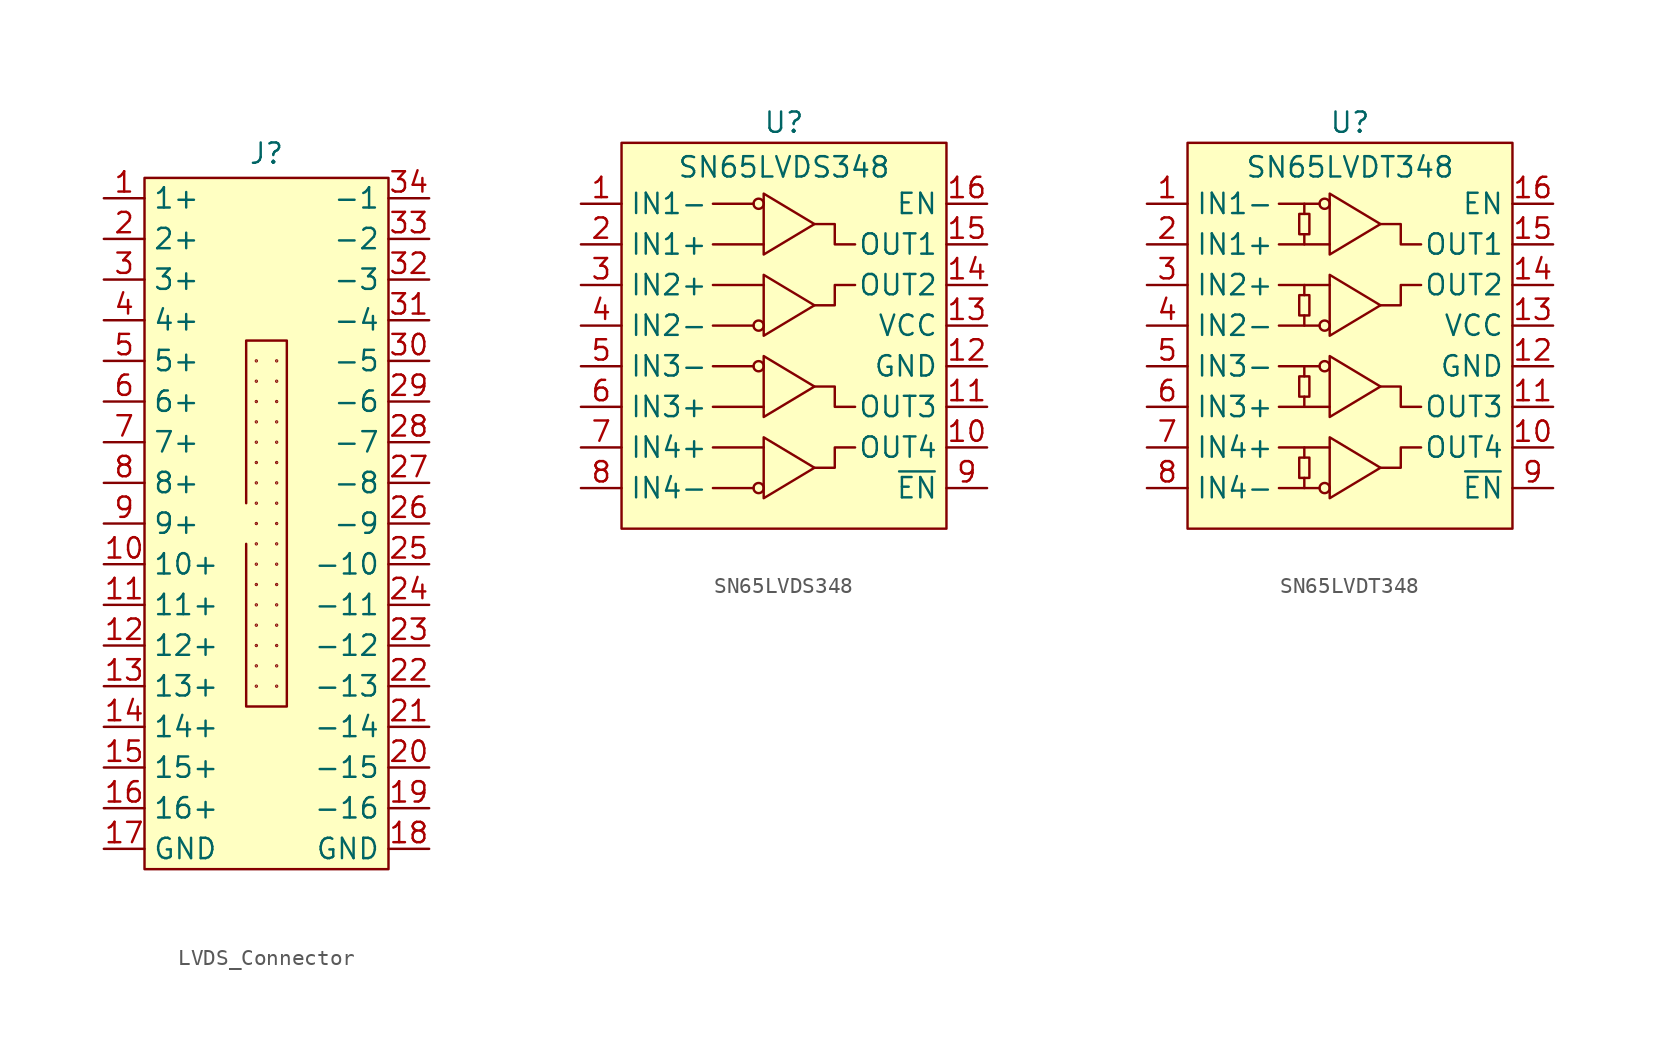
<source format=kicad_sym>
(kicad_symbol_lib
  (version 20241209)
  (generator "kicad_symbol_editor")
  (generator_version "9.0")
  (symbol "LVDS_Connector"
    (property "Reference" "J"
      (at 0 23.114 0)
      (effects (font (size 1.27 1.27))))
    (symbol "LVDS_Connector_1_1"
      (rectangle (start -7.62 21.59) (end 7.62 -21.59) (stroke (width 0) (type solid)) (fill (type background)))
      (polyline (pts (xy -1.27 -1.27) (xy -1.27 -11.43) (xy 1.27 -11.43) (xy 1.27 11.43) (xy -1.27 11.43) (xy -1.27 1.27)) (stroke (width 0) (type solid)) (fill (type background)))
      (circle (center -0.635 10.16) (radius 0.032) (stroke (width 0) (type default)) (fill (type outline)))
      (circle (center -0.635 8.89) (radius 0.032) (stroke (width 0) (type default)) (fill (type outline)))
      (circle (center -0.635 7.62) (radius 0.032) (stroke (width 0) (type default)) (fill (type outline)))
      (circle (center -0.635 6.35) (radius 0.032) (stroke (width 0) (type default)) (fill (type outline)))
      (circle (center -0.635 5.08) (radius 0.032) (stroke (width 0) (type default)) (fill (type outline)))
      (circle (center -0.635 3.81) (radius 0.032) (stroke (width 0) (type default)) (fill (type outline)))
      (circle (center -0.635 2.54) (radius 0.032) (stroke (width 0) (type default)) (fill (type outline)))
      (circle (center -0.635 1.27) (radius 0.032) (stroke (width 0) (type default)) (fill (type outline)))
      (circle (center -0.635 0) (radius 0.032) (stroke (width 0) (type default)) (fill (type outline)))
      (circle (center -0.635 -1.27) (radius 0.032) (stroke (width 0) (type default)) (fill (type outline)))
      (circle (center -0.635 -2.54) (radius 0.032) (stroke (width 0) (type default)) (fill (type outline)))
      (circle (center -0.635 -3.81) (radius 0.032) (stroke (width 0) (type default)) (fill (type outline)))
      (circle (center -0.635 -5.08) (radius 0.032) (stroke (width 0) (type default)) (fill (type outline)))
      (circle (center -0.635 -6.35) (radius 0.032) (stroke (width 0) (type default)) (fill (type outline)))
      (circle (center -0.635 -7.62) (radius 0.032) (stroke (width 0) (type default)) (fill (type outline)))
      (circle (center -0.635 -8.89) (radius 0.032) (stroke (width 0) (type default)) (fill (type outline)))
      (circle (center -0.635 -10.16) (radius 0.032) (stroke (width 0) (type default)) (fill (type outline)))
      (circle (center 0.635 10.16) (radius 0.032) (stroke (width 0) (type default)) (fill (type outline)))
      (circle (center 0.635 8.89) (radius 0.032) (stroke (width 0) (type default)) (fill (type outline)))
      (circle (center 0.635 7.62) (radius 0.032) (stroke (width 0) (type default)) (fill (type outline)))
      (circle (center 0.635 6.35) (radius 0.032) (stroke (width 0) (type default)) (fill (type outline)))
      (circle (center 0.635 5.08) (radius 0.032) (stroke (width 0) (type default)) (fill (type outline)))
      (circle (center 0.635 3.81) (radius 0.032) (stroke (width 0) (type default)) (fill (type outline)))
      (circle (center 0.635 2.54) (radius 0.032) (stroke (width 0) (type default)) (fill (type outline)))
      (circle (center 0.635 1.27) (radius 0.032) (stroke (width 0) (type default)) (fill (type outline)))
      (circle (center 0.635 0) (radius 0.032) (stroke (width 0) (type default)) (fill (type outline)))
      (circle (center 0.635 -1.27) (radius 0.032) (stroke (width 0) (type default)) (fill (type outline)))
      (circle (center 0.635 -2.54) (radius 0.032) (stroke (width 0) (type default)) (fill (type outline)))
      (circle (center 0.635 -3.81) (radius 0.032) (stroke (width 0) (type default)) (fill (type outline)))
      (circle (center 0.635 -5.08) (radius 0.032) (stroke (width 0) (type default)) (fill (type outline)))
      (circle (center 0.635 -6.35) (radius 0.032) (stroke (width 0) (type default)) (fill (type outline)))
      (circle (center 0.635 -7.62) (radius 0.032) (stroke (width 0) (type default)) (fill (type outline)))
      (circle (center 0.635 -8.89) (radius 0.032) (stroke (width 0) (type default)) (fill (type outline)))
      (circle (center 0.635 -10.16) (radius 0.032) (stroke (width 0) (type default)) (fill (type outline)))
      (pin output line (at -10.16 20.32 0) (length 2.54) (name "1+" (effects (font (size 1.27 1.27)))) (number "1" (effects (font (size 1.27 1.27)))))
      (pin output line (at -10.16 17.78 0) (length 2.54) (name "2+" (effects (font (size 1.27 1.27)))) (number "2" (effects (font (size 1.27 1.27)))))
      (pin output line (at -10.16 15.24 0) (length 2.54) (name "3+" (effects (font (size 1.27 1.27)))) (number "3" (effects (font (size 1.27 1.27)))))
      (pin output line (at -10.16 12.7 0) (length 2.54) (name "4+" (effects (font (size 1.27 1.27)))) (number "4" (effects (font (size 1.27 1.27)))))
      (pin output line (at -10.16 10.16 0) (length 2.54) (name "5+" (effects (font (size 1.27 1.27)))) (number "5" (effects (font (size 1.27 1.27)))))
      (pin output line (at -10.16 7.62 0) (length 2.54) (name "6+" (effects (font (size 1.27 1.27)))) (number "6" (effects (font (size 1.27 1.27)))))
      (pin output line (at -10.16 5.08 0) (length 2.54) (name "7+" (effects (font (size 1.27 1.27)))) (number "7" (effects (font (size 1.27 1.27)))))
      (pin output line (at -10.16 2.54 0) (length 2.54) (name "8+" (effects (font (size 1.27 1.27)))) (number "8" (effects (font (size 1.27 1.27)))))
      (pin output line (at -10.16 0 0) (length 2.54) (name "9+" (effects (font (size 1.27 1.27)))) (number "9" (effects (font (size 1.27 1.27)))))
      (pin output line (at -10.16 -2.54 0) (length 2.54) (name "10+" (effects (font (size 1.27 1.27)))) (number "10" (effects (font (size 1.27 1.27)))))
      (pin output line (at -10.16 -5.08 0) (length 2.54) (name "11+" (effects (font (size 1.27 1.27)))) (number "11" (effects (font (size 1.27 1.27)))))
      (pin output line (at -10.16 -7.62 0) (length 2.54) (name "12+" (effects (font (size 1.27 1.27)))) (number "12" (effects (font (size 1.27 1.27)))))
      (pin output line (at -10.16 -10.16 0) (length 2.54) (name "13+" (effects (font (size 1.27 1.27)))) (number "13" (effects (font (size 1.27 1.27)))))
      (pin output line (at -10.16 -12.7 0) (length 2.54) (name "14+" (effects (font (size 1.27 1.27)))) (number "14" (effects (font (size 1.27 1.27)))))
      (pin output line (at -10.16 -15.24 0) (length 2.54) (name "15+" (effects (font (size 1.27 1.27)))) (number "15" (effects (font (size 1.27 1.27)))))
      (pin output line (at -10.16 -17.78 0) (length 2.54) (name "16+" (effects (font (size 1.27 1.27)))) (number "16" (effects (font (size 1.27 1.27)))))
      (pin power_out line (at -10.16 -20.32 0) (length 2.54) (name "GND" (effects (font (size 1.27 1.27)))) (number "17" (effects (font (size 1.27 1.27)))))
      (pin output line (at 10.16 20.32 180) (length 2.54) (name "-1" (effects (font (size 1.27 1.27)))) (number "34" (effects (font (size 1.27 1.27)))))
      (pin output line (at 10.16 17.78 180) (length 2.54) (name "-2" (effects (font (size 1.27 1.27)))) (number "33" (effects (font (size 1.27 1.27)))))
      (pin output line (at 10.16 15.24 180) (length 2.54) (name "-3" (effects (font (size 1.27 1.27)))) (number "32" (effects (font (size 1.27 1.27)))))
      (pin output line (at 10.16 12.7 180) (length 2.54) (name "-4" (effects (font (size 1.27 1.27)))) (number "31" (effects (font (size 1.27 1.27)))))
      (pin output line (at 10.16 10.16 180) (length 2.54) (name "-5" (effects (font (size 1.27 1.27)))) (number "30" (effects (font (size 1.27 1.27)))))
      (pin output line (at 10.16 7.62 180) (length 2.54) (name "-6" (effects (font (size 1.27 1.27)))) (number "29" (effects (font (size 1.27 1.27)))))
      (pin output line (at 10.16 5.08 180) (length 2.54) (name "-7" (effects (font (size 1.27 1.27)))) (number "28" (effects (font (size 1.27 1.27)))))
      (pin output line (at 10.16 2.54 180) (length 2.54) (name "-8" (effects (font (size 1.27 1.27)))) (number "27" (effects (font (size 1.27 1.27)))))
      (pin output line (at 10.16 0 180) (length 2.54) (name "-9" (effects (font (size 1.27 1.27)))) (number "26" (effects (font (size 1.27 1.27)))))
      (pin output line (at 10.16 -2.54 180) (length 2.54) (name "-10" (effects (font (size 1.27 1.27)))) (number "25" (effects (font (size 1.27 1.27)))))
      (pin output line (at 10.16 -5.08 180) (length 2.54) (name "-11" (effects (font (size 1.27 1.27)))) (number "24" (effects (font (size 1.27 1.27)))))
      (pin output line (at 10.16 -7.62 180) (length 2.54) (name "-12" (effects (font (size 1.27 1.27)))) (number "23" (effects (font (size 1.27 1.27)))))
      (pin output line (at 10.16 -10.16 180) (length 2.54) (name "-13" (effects (font (size 1.27 1.27)))) (number "22" (effects (font (size 1.27 1.27)))))
      (pin output line (at 10.16 -12.7 180) (length 2.54) (name "-14" (effects (font (size 1.27 1.27)))) (number "21" (effects (font (size 1.27 1.27)))))
      (pin output line (at 10.16 -15.24 180) (length 2.54) (name "-15" (effects (font (size 1.27 1.27)))) (number "20" (effects (font (size 1.27 1.27)))))
      (pin output line (at 10.16 -17.78 180) (length 2.54) (name "-16" (effects (font (size 1.27 1.27)))) (number "19" (effects (font (size 1.27 1.27)))))
      (pin power_out line (at 10.16 -20.32 180) (length 2.54) (name "GND" (effects (font (size 1.27 1.27)))) (number "18" (effects (font (size 1.27 1.27)))))))
  (symbol "SN65LVDS348"
    (property "Reference" "U"
      (at 0 13.97 0)
      (effects (font (size 1.27 1.27))))
    (property "Value" "SN65LVDS348"
      (at 0 11.176 0)
      (effects (font (size 1.27 1.27))))
    (symbol "SN65LVDS348_1_1"
      (rectangle (start -10.16 12.7) (end 10.16 -11.43) (stroke (width 0) (type solid)) (fill (type background)))
      (polyline (pts (xy -4.445 8.89) (xy -1.905 8.89)) (stroke (width 0) (type default)) (fill (type none)))
      (polyline (pts (xy -4.445 6.35) (xy -1.27 6.35)) (stroke (width 0) (type default)) (fill (type none)))
      (polyline (pts (xy -4.445 3.81) (xy -1.27 3.81)) (stroke (width 0) (type default)) (fill (type none)))
      (polyline (pts (xy -4.445 1.27) (xy -1.905 1.27)) (stroke (width 0) (type default)) (fill (type none)))
      (polyline (pts (xy -4.445 -1.27) (xy -1.905 -1.27)) (stroke (width 0) (type default)) (fill (type none)))
      (polyline (pts (xy -4.445 -3.81) (xy -1.27 -3.81)) (stroke (width 0) (type default)) (fill (type none)))
      (polyline (pts (xy -4.445 -6.35) (xy -1.27 -6.35)) (stroke (width 0) (type default)) (fill (type none)))
      (polyline (pts (xy -4.445 -8.89) (xy -1.905 -8.89)) (stroke (width 0) (type default)) (fill (type none)))
      (circle (center -1.587 8.89) (radius 0.318) (stroke (width 0) (type default)) (fill (type none)))
      (circle (center -1.587 1.27) (radius 0.318) (stroke (width 0) (type default)) (fill (type none)))
      (circle (center -1.587 -1.27) (radius 0.318) (stroke (width 0) (type default)) (fill (type none)))
      (circle (center -1.587 -8.89) (radius 0.318) (stroke (width 0) (type default)) (fill (type none)))
      (polyline (pts (xy -1.27 5.715) (xy 1.905 7.62) (xy -1.27 9.525) (xy -1.27 5.715)) (stroke (width 0) (type solid)) (fill (type background)))
      (polyline (pts (xy -1.27 4.445) (xy 1.905 2.54) (xy -1.27 0.635) (xy -1.27 4.445)) (stroke (width 0) (type solid)) (fill (type background)))
      (polyline (pts (xy -1.27 -4.445) (xy 1.905 -2.54) (xy -1.27 -0.635) (xy -1.27 -4.445)) (stroke (width 0) (type solid)) (fill (type background)))
      (polyline (pts (xy -1.27 -5.715) (xy 1.905 -7.62) (xy -1.27 -9.525) (xy -1.27 -5.715)) (stroke (width 0) (type solid)) (fill (type background)))
      (polyline (pts (xy 1.905 7.62) (xy 3.175 7.62) (xy 3.175 6.35) (xy 4.445 6.35)) (stroke (width 0) (type default)) (fill (type none)))
      (polyline (pts (xy 1.905 2.54) (xy 3.175 2.54) (xy 3.175 3.81) (xy 4.445 3.81)) (stroke (width 0) (type default)) (fill (type none)))
      (polyline (pts (xy 1.905 -2.54) (xy 3.175 -2.54) (xy 3.175 -3.81) (xy 4.445 -3.81)) (stroke (width 0) (type default)) (fill (type none)))
      (polyline (pts (xy 1.905 -7.62) (xy 3.175 -7.62) (xy 3.175 -6.35) (xy 4.445 -6.35)) (stroke (width 0) (type default)) (fill (type none)))
      (pin input line (at -12.7 8.89 0) (length 2.54) (name "IN1-" (effects (font (size 1.27 1.27)))) (number "1" (effects (font (size 1.27 1.27)))))
      (pin input line (at -12.7 6.35 0) (length 2.54) (name "IN1+" (effects (font (size 1.27 1.27)))) (number "2" (effects (font (size 1.27 1.27)))))
      (pin input line (at -12.7 3.81 0) (length 2.54) (name "IN2+" (effects (font (size 1.27 1.27)))) (number "3" (effects (font (size 1.27 1.27)))))
      (pin input line (at -12.7 1.27 0) (length 2.54) (name "IN2-" (effects (font (size 1.27 1.27)))) (number "4" (effects (font (size 1.27 1.27)))))
      (pin input line (at -12.7 -1.27 0) (length 2.54) (name "IN3-" (effects (font (size 1.27 1.27)))) (number "5" (effects (font (size 1.27 1.27)))))
      (pin input line (at -12.7 -3.81 0) (length 2.54) (name "IN3+" (effects (font (size 1.27 1.27)))) (number "6" (effects (font (size 1.27 1.27)))))
      (pin input line (at -12.7 -6.35 0) (length 2.54) (name "IN4+" (effects (font (size 1.27 1.27)))) (number "7" (effects (font (size 1.27 1.27)))))
      (pin input line (at -12.7 -8.89 0) (length 2.54) (name "IN4-" (effects (font (size 1.27 1.27)))) (number "8" (effects (font (size 1.27 1.27)))))
      (pin input line (at 12.7 8.89 180) (length 2.54) (name "EN" (effects (font (size 1.27 1.27)))) (number "16" (effects (font (size 1.27 1.27)))))
      (pin output line (at 12.7 6.35 180) (length 2.54) (name "OUT1" (effects (font (size 1.27 1.27)))) (number "15" (effects (font (size 1.27 1.27)))))
      (pin output line (at 12.7 3.81 180) (length 2.54) (name "OUT2" (effects (font (size 1.27 1.27)))) (number "14" (effects (font (size 1.27 1.27)))))
      (pin power_in line (at 12.7 1.27 180) (length 2.54) (name "VCC" (effects (font (size 1.27 1.27)))) (number "13" (effects (font (size 1.27 1.27)))))
      (pin power_in line (at 12.7 -1.27 180) (length 2.54) (name "GND" (effects (font (size 1.27 1.27)))) (number "12" (effects (font (size 1.27 1.27)))))
      (pin output line (at 12.7 -3.81 180) (length 2.54) (name "OUT3" (effects (font (size 1.27 1.27)))) (number "11" (effects (font (size 1.27 1.27)))))
      (pin output line (at 12.7 -6.35 180) (length 2.54) (name "OUT4" (effects (font (size 1.27 1.27)))) (number "10" (effects (font (size 1.27 1.27)))))
      (pin input line (at 12.7 -8.89 180) (length 2.54) (name "~{EN}" (effects (font (size 1.27 1.27)))) (number "9" (effects (font (size 1.27 1.27)))))))
  (symbol "SN65LVDT348"
    (property "Reference" "U"
      (at 0 13.97 0)
      (effects (font (size 1.27 1.27))))
    (property "Value" "SN65LVDT348"
      (at 0 11.176 0)
      (effects (font (size 1.27 1.27))))
    (symbol "SN65LVDT348_0_1"
      (rectangle (start -3.175 8.255) (end -2.54 6.985) (stroke (width 0) (type default)) (fill (type none)))
      (rectangle (start -3.175 3.175) (end -2.54 1.905) (stroke (width 0) (type default)) (fill (type none)))
      (rectangle (start -3.175 -1.905) (end -2.54 -3.175) (stroke (width 0) (type default)) (fill (type none)))
      (rectangle (start -3.175 -6.985) (end -2.54 -8.255) (stroke (width 0) (type default)) (fill (type none)))
      (polyline (pts (xy -2.857 8.255) (xy -2.857 8.89)) (stroke (width 0) (type default)) (fill (type none)))
      (polyline (pts (xy -2.857 6.985) (xy -2.857 6.35)) (stroke (width 0) (type default)) (fill (type none)))
      (polyline (pts (xy -2.857 3.175) (xy -2.857 3.81)) (stroke (width 0) (type default)) (fill (type none)))
      (polyline (pts (xy -2.857 1.905) (xy -2.857 1.27)) (stroke (width 0) (type default)) (fill (type none)))
      (polyline (pts (xy -2.857 -1.905) (xy -2.857 -1.27)) (stroke (width 0) (type default)) (fill (type none)))
      (polyline (pts (xy -2.857 -3.175) (xy -2.857 -3.81)) (stroke (width 0) (type default)) (fill (type none)))
      (polyline (pts (xy -2.857 -6.985) (xy -2.857 -6.35)) (stroke (width 0) (type default)) (fill (type none)))
      (polyline (pts (xy -2.857 -8.255) (xy -2.857 -8.89)) (stroke (width 0) (type default)) (fill (type none))))
    (symbol "SN65LVDT348_1_1"
      (rectangle (start -10.16 12.7) (end 10.16 -11.43) (stroke (width 0) (type solid)) (fill (type background)))
      (polyline (pts (xy -4.445 8.89) (xy -1.905 8.89)) (stroke (width 0) (type default)) (fill (type none)))
      (polyline (pts (xy -4.445 6.35) (xy -1.27 6.35)) (stroke (width 0) (type default)) (fill (type none)))
      (polyline (pts (xy -4.445 3.81) (xy -1.27 3.81)) (stroke (width 0) (type default)) (fill (type none)))
      (polyline (pts (xy -4.445 1.27) (xy -1.905 1.27)) (stroke (width 0) (type default)) (fill (type none)))
      (polyline (pts (xy -4.445 -1.27) (xy -1.905 -1.27)) (stroke (width 0) (type default)) (fill (type none)))
      (polyline (pts (xy -4.445 -3.81) (xy -1.27 -3.81)) (stroke (width 0) (type default)) (fill (type none)))
      (polyline (pts (xy -4.445 -6.35) (xy -1.27 -6.35)) (stroke (width 0) (type default)) (fill (type none)))
      (polyline (pts (xy -4.445 -8.89) (xy -1.905 -8.89)) (stroke (width 0) (type default)) (fill (type none)))
      (circle (center -1.587 8.89) (radius 0.318) (stroke (width 0) (type default)) (fill (type none)))
      (circle (center -1.587 1.27) (radius 0.318) (stroke (width 0) (type default)) (fill (type none)))
      (circle (center -1.587 -1.27) (radius 0.318) (stroke (width 0) (type default)) (fill (type none)))
      (circle (center -1.587 -8.89) (radius 0.318) (stroke (width 0) (type default)) (fill (type none)))
      (polyline (pts (xy -1.27 5.715) (xy 1.905 7.62) (xy -1.27 9.525) (xy -1.27 5.715)) (stroke (width 0) (type solid)) (fill (type background)))
      (polyline (pts (xy -1.27 4.445) (xy 1.905 2.54) (xy -1.27 0.635) (xy -1.27 4.445)) (stroke (width 0) (type solid)) (fill (type background)))
      (polyline (pts (xy -1.27 -4.445) (xy 1.905 -2.54) (xy -1.27 -0.635) (xy -1.27 -4.445)) (stroke (width 0) (type solid)) (fill (type background)))
      (polyline (pts (xy -1.27 -5.715) (xy 1.905 -7.62) (xy -1.27 -9.525) (xy -1.27 -5.715)) (stroke (width 0) (type solid)) (fill (type background)))
      (polyline (pts (xy 1.905 7.62) (xy 3.175 7.62) (xy 3.175 6.35) (xy 4.445 6.35)) (stroke (width 0) (type default)) (fill (type none)))
      (polyline (pts (xy 1.905 2.54) (xy 3.175 2.54) (xy 3.175 3.81) (xy 4.445 3.81)) (stroke (width 0) (type default)) (fill (type none)))
      (polyline (pts (xy 1.905 -2.54) (xy 3.175 -2.54) (xy 3.175 -3.81) (xy 4.445 -3.81)) (stroke (width 0) (type default)) (fill (type none)))
      (polyline (pts (xy 1.905 -7.62) (xy 3.175 -7.62) (xy 3.175 -6.35) (xy 4.445 -6.35)) (stroke (width 0) (type default)) (fill (type none)))
      (pin input line (at -12.7 8.89 0) (length 2.54) (name "IN1-" (effects (font (size 1.27 1.27)))) (number "1" (effects (font (size 1.27 1.27)))))
      (pin input line (at -12.7 6.35 0) (length 2.54) (name "IN1+" (effects (font (size 1.27 1.27)))) (number "2" (effects (font (size 1.27 1.27)))))
      (pin input line (at -12.7 3.81 0) (length 2.54) (name "IN2+" (effects (font (size 1.27 1.27)))) (number "3" (effects (font (size 1.27 1.27)))))
      (pin input line (at -12.7 1.27 0) (length 2.54) (name "IN2-" (effects (font (size 1.27 1.27)))) (number "4" (effects (font (size 1.27 1.27)))))
      (pin input line (at -12.7 -1.27 0) (length 2.54) (name "IN3-" (effects (font (size 1.27 1.27)))) (number "5" (effects (font (size 1.27 1.27)))))
      (pin input line (at -12.7 -3.81 0) (length 2.54) (name "IN3+" (effects (font (size 1.27 1.27)))) (number "6" (effects (font (size 1.27 1.27)))))
      (pin input line (at -12.7 -6.35 0) (length 2.54) (name "IN4+" (effects (font (size 1.27 1.27)))) (number "7" (effects (font (size 1.27 1.27)))))
      (pin input line (at -12.7 -8.89 0) (length 2.54) (name "IN4-" (effects (font (size 1.27 1.27)))) (number "8" (effects (font (size 1.27 1.27)))))
      (pin input line (at 12.7 8.89 180) (length 2.54) (name "EN" (effects (font (size 1.27 1.27)))) (number "16" (effects (font (size 1.27 1.27)))))
      (pin output line (at 12.7 6.35 180) (length 2.54) (name "OUT1" (effects (font (size 1.27 1.27)))) (number "15" (effects (font (size 1.27 1.27)))))
      (pin output line (at 12.7 3.81 180) (length 2.54) (name "OUT2" (effects (font (size 1.27 1.27)))) (number "14" (effects (font (size 1.27 1.27)))))
      (pin power_in line (at 12.7 1.27 180) (length 2.54) (name "VCC" (effects (font (size 1.27 1.27)))) (number "13" (effects (font (size 1.27 1.27)))))
      (pin power_in line (at 12.7 -1.27 180) (length 2.54) (name "GND" (effects (font (size 1.27 1.27)))) (number "12" (effects (font (size 1.27 1.27)))))
      (pin output line (at 12.7 -3.81 180) (length 2.54) (name "OUT3" (effects (font (size 1.27 1.27)))) (number "11" (effects (font (size 1.27 1.27)))))
      (pin output line (at 12.7 -6.35 180) (length 2.54) (name "OUT4" (effects (font (size 1.27 1.27)))) (number "10" (effects (font (size 1.27 1.27)))))
      (pin input line (at 12.7 -8.89 180) (length 2.54) (name "~{EN}" (effects (font (size 1.27 1.27)))) (number "9" (effects (font (size 1.27 1.27))))))))
</source>
